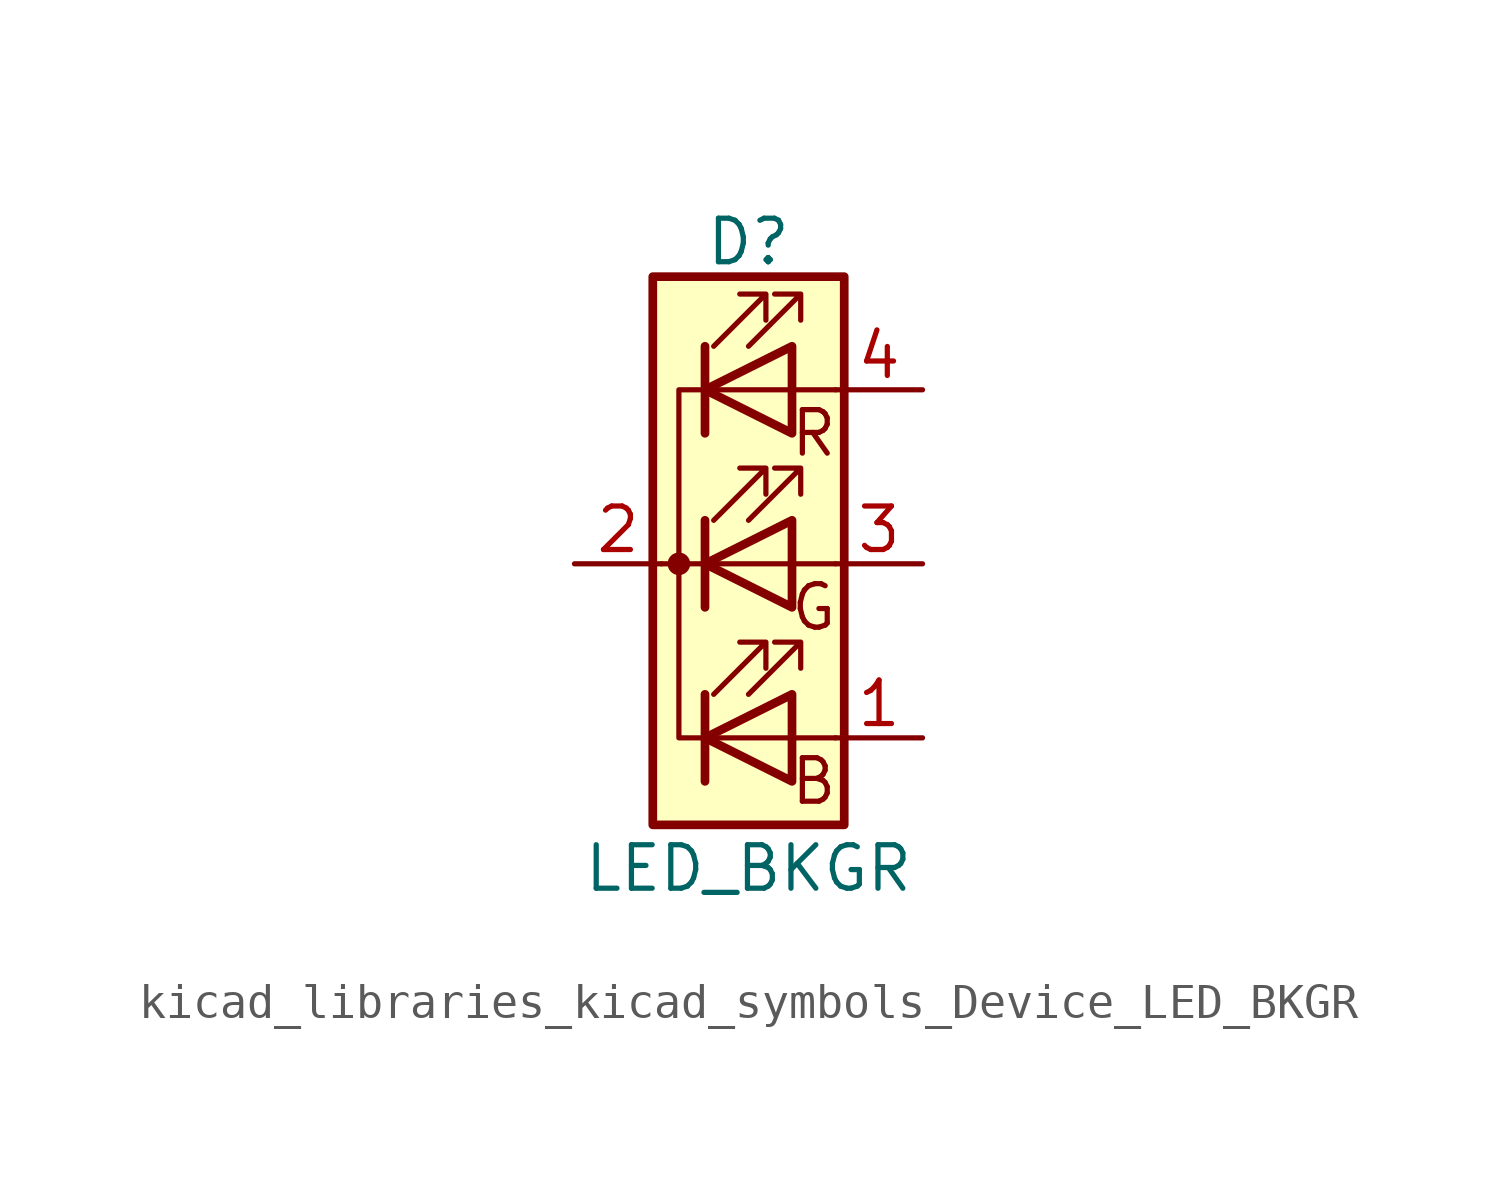
<source format=kicad_sym>
(kicad_symbol_lib
  (version 20220914)
  (generator kicad_symbol_editor)
  (symbol "kicad_libraries_kicad_symbols_Device_LED_BKGR"
    (pin_names
      (offset 0) hide)
    (property "Reference" "D"
      (at 0 9.398 0)
      (effects (font (size 1.27 1.27))))
    (property "Value" "LED_BKGR"
      (at 0 -8.89 0)
      (effects (font (size 1.27 1.27))))
    (symbol "kicad_libraries_kicad_symbols_Device_LED_BKGR_0_0"
      (text "B" (at 1.905 -6.35 0) (effects (font (size 1.27 1.27))))
      (text "G" (at 1.905 -1.27 0) (effects (font (size 1.27 1.27))))
      (text "R" (at 1.905 3.81 0) (effects (font (size 1.27 1.27)))))
    (symbol "kicad_libraries_kicad_symbols_Device_LED_BKGR_0_1"
      (circle (center -2.032 0) (radius 0.254) (stroke (width 0) (type default)) (fill (type outline)))
      (polyline (pts (xy -1.27 -5.08) (xy 1.27 -5.08)) (stroke (width 0) (type default)) (fill (type none)))
      (polyline (pts (xy -1.27 -3.81) (xy -1.27 -6.35)) (stroke (width 0.254) (type default)) (fill (type none)))
      (polyline (pts (xy -1.27 0) (xy -2.54 0)) (stroke (width 0) (type default)) (fill (type none)))
      (polyline (pts (xy -1.27 1.27) (xy -1.27 -1.27)) (stroke (width 0.254) (type default)) (fill (type none)))
      (polyline (pts (xy -1.27 5.08) (xy 1.27 5.08)) (stroke (width 0) (type default)) (fill (type none)))
      (polyline (pts (xy -1.27 6.35) (xy -1.27 3.81)) (stroke (width 0.254) (type default)) (fill (type none)))
      (polyline (pts (xy 1.27 -5.08) (xy 2.54 -5.08)) (stroke (width 0) (type default)) (fill (type none)))
      (polyline (pts (xy 1.27 0) (xy -1.27 0)) (stroke (width 0) (type default)) (fill (type none)))
      (polyline (pts (xy 1.27 0) (xy 2.54 0)) (stroke (width 0) (type default)) (fill (type none)))
      (polyline (pts (xy 1.27 5.08) (xy 2.54 5.08)) (stroke (width 0) (type default)) (fill (type none)))
      (polyline (pts (xy -1.27 1.27) (xy -1.27 -1.27) (xy -1.27 -1.27)) (stroke (width 0) (type default)) (fill (type none)))
      (polyline (pts (xy -1.27 6.35) (xy -1.27 3.81) (xy -1.27 3.81)) (stroke (width 0) (type default)) (fill (type none)))
      (polyline (pts (xy -1.27 5.08) (xy -2.032 5.08) (xy -2.032 -5.08) (xy -1.016 -5.08)) (stroke (width 0) (type default)) (fill (type none)))
      (polyline (pts (xy 1.27 -3.81) (xy 1.27 -6.35) (xy -1.27 -5.08) (xy 1.27 -3.81)) (stroke (width 0.254) (type default)) (fill (type none)))
      (polyline (pts (xy 1.27 1.27) (xy 1.27 -1.27) (xy -1.27 0) (xy 1.27 1.27)) (stroke (width 0.254) (type default)) (fill (type none)))
      (polyline (pts (xy 1.27 6.35) (xy 1.27 3.81) (xy -1.27 5.08) (xy 1.27 6.35)) (stroke (width 0.254) (type default)) (fill (type none)))
      (polyline (pts (xy -1.016 -3.81) (xy 0.508 -2.286) (xy -0.254 -2.286) (xy 0.508 -2.286) (xy 0.508 -3.048)) (stroke (width 0) (type default)) (fill (type none)))
      (polyline (pts (xy -1.016 1.27) (xy 0.508 2.794) (xy -0.254 2.794) (xy 0.508 2.794) (xy 0.508 2.032)) (stroke (width 0) (type default)) (fill (type none)))
      (polyline (pts (xy -1.016 6.35) (xy 0.508 7.874) (xy -0.254 7.874) (xy 0.508 7.874) (xy 0.508 7.112)) (stroke (width 0) (type default)) (fill (type none)))
      (polyline (pts (xy 0 -3.81) (xy 1.524 -2.286) (xy 0.762 -2.286) (xy 1.524 -2.286) (xy 1.524 -3.048)) (stroke (width 0) (type default)) (fill (type none)))
      (polyline (pts (xy 0 1.27) (xy 1.524 2.794) (xy 0.762 2.794) (xy 1.524 2.794) (xy 1.524 2.032)) (stroke (width 0) (type default)) (fill (type none)))
      (polyline (pts (xy 0 6.35) (xy 1.524 7.874) (xy 0.762 7.874) (xy 1.524 7.874) (xy 1.524 7.112)) (stroke (width 0) (type default)) (fill (type none)))
      (rectangle (start 1.27 -1.27) (end 1.27 1.27) (stroke (width 0) (type default)) (fill (type none)))
      (rectangle (start 1.27 1.27) (end 1.27 1.27) (stroke (width 0) (type default)) (fill (type none)))
      (rectangle (start 1.27 3.81) (end 1.27 6.35) (stroke (width 0) (type default)) (fill (type none)))
      (rectangle (start 1.27 6.35) (end 1.27 6.35) (stroke (width 0) (type default)) (fill (type none)))
      (rectangle (start 2.794 8.382) (end -2.794 -7.62) (stroke (width 0.254) (type default)) (fill (type background))))
    (symbol "kicad_libraries_kicad_symbols_Device_LED_BKGR_1_1"
      (pin passive line (at 5.08 -5.08 180) (length 2.54) (name "BA" (effects (font (size 1.27 1.27)))) (number "1" (effects (font (size 1.27 1.27)))))
      (pin passive line (at -5.08 0 0) (length 2.54) (name "K" (effects (font (size 1.27 1.27)))) (number "2" (effects (font (size 1.27 1.27)))))
      (pin passive line (at 5.08 0 180) (length 2.54) (name "GA" (effects (font (size 1.27 1.27)))) (number "3" (effects (font (size 1.27 1.27)))))
      (pin passive line (at 5.08 5.08 180) (length 2.54) (name "RA" (effects (font (size 1.27 1.27)))) (number "4" (effects (font (size 1.27 1.27))))))))
</source>
